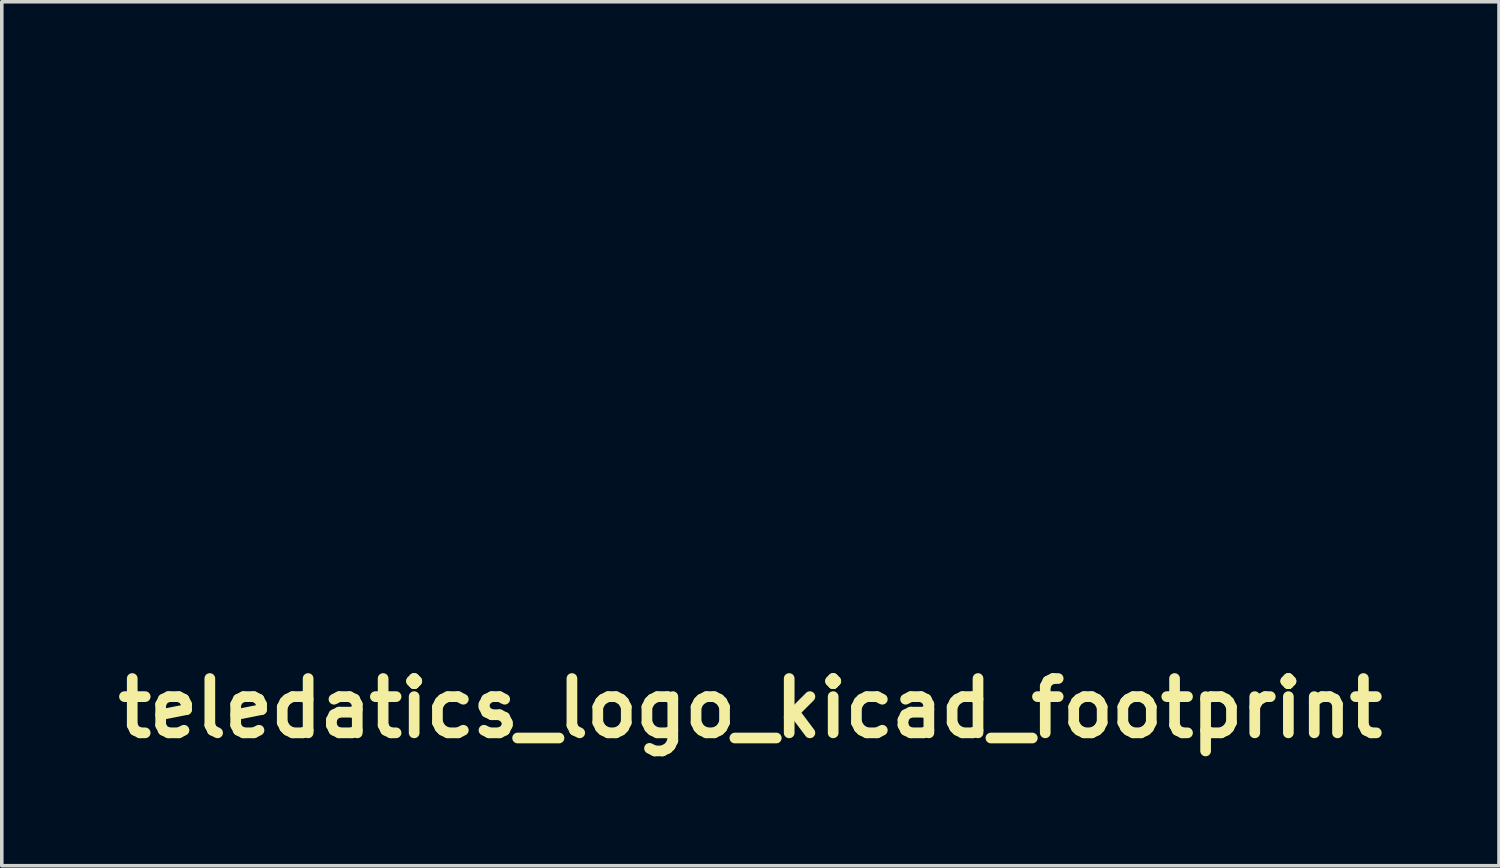
<source format=kicad_pcb>
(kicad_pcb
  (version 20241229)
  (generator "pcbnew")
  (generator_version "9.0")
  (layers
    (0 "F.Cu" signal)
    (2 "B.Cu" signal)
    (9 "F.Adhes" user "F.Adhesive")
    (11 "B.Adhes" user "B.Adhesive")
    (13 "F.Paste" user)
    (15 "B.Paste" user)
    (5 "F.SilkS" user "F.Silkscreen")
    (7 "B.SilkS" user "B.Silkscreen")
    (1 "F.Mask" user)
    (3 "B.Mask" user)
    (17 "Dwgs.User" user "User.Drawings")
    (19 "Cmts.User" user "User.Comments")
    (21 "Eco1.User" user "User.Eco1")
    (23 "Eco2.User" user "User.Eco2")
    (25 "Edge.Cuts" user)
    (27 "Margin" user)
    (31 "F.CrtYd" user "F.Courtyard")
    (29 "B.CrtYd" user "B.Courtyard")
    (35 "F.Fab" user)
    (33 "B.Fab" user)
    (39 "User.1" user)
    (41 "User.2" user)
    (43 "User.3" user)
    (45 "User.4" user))
  (footprint "teledatics_logo_kicad_footprint"
    (layer "F.Cu")
    (at 18.005 16.823)
    (property "Reference" "teledatics_logo_kicad_footprint" (at 0 0 0) (layer "F.SilkS") (effects (font (size 1.524 1.524) (thickness 0.3))))
    (attr board_only exclude_from_pos_files exclude_from_bom)
    (fp_poly (pts (xy -7.215 -13.583) (xy -7.473 -13.583) (xy -7.473 -15.571) (xy -7.215 -15.571)) (stroke (width 0) (type solid)) (fill yes) (layer "F.Mask"))
    (fp_poly (pts (xy 1.491 -15.074) (xy 1.511 -13.583) (xy 1.252 -13.583) (xy 1.252 -15.097)) (stroke (width 0) (type solid)) (fill yes) (layer "F.Mask"))
    (fp_poly (pts (xy -9.277 -15.35) (xy -10.27 -15.35) (xy -10.27 -13.583) (xy -10.491 -13.583) (xy -10.491 -15.35) (xy -11.485 -15.35) (xy -11.485 -15.571) (xy -9.277 -15.571)) (stroke (width 0) (type solid)) (fill yes) (layer "F.Mask"))
    (fp_poly (pts (xy 1.47 -15.566) (xy 1.503 -15.538) (xy 1.504 -15.466) (xy 1.502 -15.452) (xy 1.485 -15.367) (xy 1.437 -15.331) (xy 1.371 -15.32) (xy 1.292 -15.318) (xy 1.259 -15.346) (xy 1.252 -15.424) (xy 1.252 -15.44) (xy 1.257 -15.527) (xy 1.288 -15.564) (xy 1.367 -15.571) (xy 1.383 -15.571)) (stroke (width 0) (type solid)) (fill yes) (layer "F.Mask"))
    (fp_poly (pts (xy 8.011 -16.822) (xy 8.262 -16.821) (xy 8.458 -16.817) (xy 8.607 -16.811) (xy 8.716 -16.802) (xy 8.789 -16.789) (xy 8.835 -16.771) (xy 8.86 -16.748) (xy 8.87 -16.719) (xy 8.872 -16.683) (xy 8.872 -16.657) (xy 8.842 -16.624) (xy 8.757 -16.56) (xy 8.628 -16.47) (xy 8.462 -16.36) (xy 8.269 -16.238) (xy 8.172 -16.178) (xy 7.473 -15.748) (xy 7.473 -13.51) (xy 7.252 -13.51) (xy 7.252 -15.668) (xy 6.513 -16.141) (xy 6.277 -16.293) (xy 6.097 -16.411) (xy 5.966 -16.501) (xy 5.877 -16.569) (xy 5.861 -16.584) (xy 6.208 -16.584) (xy 6.739 -16.244) (xy 6.915 -16.132) (xy 7.07 -16.036) (xy 7.192 -15.961) (xy 7.272 -15.915) (xy 7.298 -15.903) (xy 7.336 -15.921) (xy 7.427 -15.972) (xy 7.559 -16.05) (xy 7.722 -16.147) (xy 7.879 -16.243) (xy 8.433 -16.584) (xy 7.879 -16.594) (xy 7.62 -16.597) (xy 7.324 -16.598) (xy 7.027 -16.597) (xy 6.767 -16.594) (xy 6.208 -16.584) (xy 5.861 -16.584) (xy 5.823 -16.618) (xy 5.797 -16.655) (xy 5.793 -16.685) (xy 5.795 -16.691) (xy 5.812 -16.765) (xy 5.816 -16.795) (xy 5.851 -16.801) (xy 5.953 -16.807) (xy 6.113 -16.812) (xy 6.323 -16.816) (xy 6.576 -16.819) (xy 6.864 -16.822) (xy 7.179 -16.823) (xy 7.322 -16.823) (xy 7.7 -16.823)) (stroke (width 0) (type solid)) (fill yes) (layer "F.Mask"))
    (fp_poly (pts (xy -0.195 -15.494) (xy -0.162 -15.472) (xy -0.149 -15.413) (xy -0.147 -15.298) (xy -0.147 -15.295) (xy -0.147 -15.093) (xy 0.815 -15.093) (xy 0.803 -14.992) (xy 0.791 -14.89) (xy 0.318 -14.88) (xy -0.155 -14.87) (xy -0.142 -14.398) (xy -0.132 -14.168) (xy -0.117 -14.005) (xy -0.097 -13.903) (xy -0.078 -13.865) (xy -0.03 -13.831) (xy 0.056 -13.812) (xy 0.194 -13.805) (xy 0.242 -13.804) (xy 0.385 -13.807) (xy 0.475 -13.818) (xy 0.529 -13.843) (xy 0.568 -13.886) (xy 0.568 -13.886) (xy 0.607 -13.978) (xy 0.626 -14.095) (xy 0.626 -14.107) (xy 0.631 -14.198) (xy 0.657 -14.237) (xy 0.724 -14.246) (xy 0.741 -14.246) (xy 0.857 -14.246) (xy 0.833 -14.074) (xy 0.781 -13.869) (xy 0.688 -13.721) (xy 0.558 -13.634) (xy 0.55 -13.632) (xy 0.389 -13.596) (xy 0.203 -13.586) (xy 0.022 -13.6) (xy -0.125 -13.638) (xy -0.147 -13.648) (xy -0.229 -13.697) (xy -0.288 -13.757) (xy -0.328 -13.84) (xy -0.352 -13.958) (xy -0.364 -14.124) (xy -0.368 -14.349) (xy -0.368 -14.382) (xy -0.368 -14.868) (xy -0.525 -14.879) (xy -0.624 -14.892) (xy -0.673 -14.92) (xy -0.691 -14.979) (xy -0.693 -14.992) (xy -0.695 -15.053) (xy -0.671 -15.083) (xy -0.602 -15.092) (xy -0.536 -15.093) (xy -0.368 -15.093) (xy -0.368 -15.295) (xy -0.366 -15.411) (xy -0.354 -15.471) (xy -0.322 -15.494) (xy -0.259 -15.498) (xy -0.258 -15.498)) (stroke (width 0) (type solid)) (fill yes) (layer "F.Mask"))
    (fp_poly (pts (xy -3.019 -13.583) (xy -3.147 -13.583) (xy -3.234 -13.59) (xy -3.27 -13.621) (xy -3.276 -13.681) (xy -3.28 -13.749) (xy -3.305 -13.751) (xy -3.347 -13.715) (xy -3.481 -13.635) (xy -3.665 -13.58) (xy -3.883 -13.552) (xy -4.114 -13.554) (xy -4.341 -13.587) (xy -4.391 -13.599) (xy -4.568 -13.669) (xy -4.695 -13.774) (xy -4.779 -13.924) (xy -4.823 -14.126) (xy -4.831 -14.309) (xy -4.601 -14.309) (xy -4.586 -14.123) (xy -4.545 -13.961) (xy -4.471 -13.856) (xy -4.351 -13.793) (xy -4.232 -13.767) (xy -4.05 -13.749) (xy -3.858 -13.747) (xy -3.677 -13.76) (xy -3.528 -13.787) (xy -3.437 -13.823) (xy -3.356 -13.9) (xy -3.311 -13.974) (xy -3.288 -14.086) (xy -3.278 -14.243) (xy -3.281 -14.415) (xy -3.296 -14.574) (xy -3.324 -14.693) (xy -3.327 -14.701) (xy -3.378 -14.788) (xy -3.452 -14.849) (xy -3.562 -14.886) (xy -3.72 -14.903) (xy -3.935 -14.904) (xy -3.991 -14.903) (xy -4.167 -14.896) (xy -4.286 -14.886) (xy -4.364 -14.87) (xy -4.419 -14.843) (xy -4.467 -14.803) (xy -4.474 -14.795) (xy -4.545 -14.679) (xy -4.589 -14.512) (xy -4.601 -14.309) (xy -4.831 -14.309) (xy -4.832 -14.343) (xy -4.815 -14.594) (xy -4.763 -14.786) (xy -4.671 -14.927) (xy -4.532 -15.025) (xy -4.341 -15.089) (xy -4.317 -15.095) (xy -4.144 -15.117) (xy -3.946 -15.123) (xy -3.745 -15.114) (xy -3.564 -15.091) (xy -3.425 -15.055) (xy -3.394 -15.041) (xy -3.276 -14.98) (xy -3.276 -15.571) (xy -3.019 -15.571)) (stroke (width 0) (type solid)) (fill yes) (layer "F.Mask"))
    (fp_poly (pts (xy 3.026 -15.105) (xy 3.216 -15.075) (xy 3.337 -15.038) (xy 3.475 -14.941) (xy 3.568 -14.789) (xy 3.591 -14.715) (xy 3.601 -14.648) (xy 3.577 -14.62) (xy 3.499 -14.614) (xy 3.483 -14.614) (xy 3.391 -14.623) (xy 3.354 -14.654) (xy 3.35 -14.682) (xy 3.324 -14.757) (xy 3.274 -14.819) (xy 3.195 -14.856) (xy 3.063 -14.884) (xy 2.897 -14.901) (xy 2.717 -14.908) (xy 2.543 -14.901) (xy 2.395 -14.881) (xy 2.362 -14.874) (xy 2.247 -14.825) (xy 2.168 -14.745) (xy 2.121 -14.624) (xy 2.103 -14.451) (xy 2.106 -14.25) (xy 2.117 -14.094) (xy 2.132 -13.993) (xy 2.156 -13.927) (xy 2.197 -13.877) (xy 2.218 -13.858) (xy 2.334 -13.796) (xy 2.505 -13.755) (xy 2.712 -13.737) (xy 2.941 -13.745) (xy 2.986 -13.75) (xy 3.173 -13.79) (xy 3.293 -13.858) (xy 3.347 -13.955) (xy 3.35 -13.988) (xy 3.364 -14.039) (xy 3.419 -14.059) (xy 3.482 -14.062) (xy 3.568 -14.058) (xy 3.599 -14.032) (xy 3.593 -13.965) (xy 3.588 -13.942) (xy 3.519 -13.784) (xy 3.392 -13.664) (xy 3.215 -13.59) (xy 3.196 -13.585) (xy 3.009 -13.56) (xy 2.788 -13.551) (xy 2.562 -13.557) (xy 2.361 -13.58) (xy 2.273 -13.599) (xy 2.117 -13.656) (xy 2.004 -13.739) (xy 1.929 -13.859) (xy 1.885 -14.024) (xy 1.867 -14.246) (xy 1.866 -14.364) (xy 1.878 -14.584) (xy 1.914 -14.748) (xy 1.98 -14.873) (xy 2.082 -14.976) (xy 2.1 -14.989) (xy 2.218 -15.045) (xy 2.388 -15.085) (xy 2.593 -15.109) (xy 2.811 -15.116)) (stroke (width 0) (type solid)) (fill yes) (layer "F.Mask"))
    (fp_poly (pts (xy -8.557 -15.108) (xy -8.425 -15.097) (xy -8.326 -15.076) (xy -8.24 -15.041) (xy -8.227 -15.034) (xy -8.06 -14.91) (xy -7.951 -14.739) (xy -7.9 -14.547) (xy -7.887 -14.448) (xy -7.884 -14.374) (xy -7.898 -14.32) (xy -7.939 -14.284) (xy -8.015 -14.262) (xy -8.136 -14.251) (xy -8.31 -14.247) (xy -8.545 -14.246) (xy -8.655 -14.246) (xy -8.91 -14.246) (xy -9.099 -14.245) (xy -9.233 -14.238) (xy -9.318 -14.225) (xy -9.365 -14.201) (xy -9.381 -14.164) (xy -9.374 -14.111) (xy -9.355 -14.039) (xy -9.348 -14.016) (xy -9.307 -13.909) (xy -9.245 -13.835) (xy -9.15 -13.787) (xy -9.009 -13.76) (xy -8.812 -13.75) (xy -8.724 -13.749) (xy -8.534 -13.752) (xy -8.402 -13.761) (xy -8.311 -13.779) (xy -8.245 -13.808) (xy -8.235 -13.814) (xy -8.166 -13.875) (xy -8.135 -13.932) (xy -8.135 -13.934) (xy -8.106 -13.974) (xy -8.015 -13.988) (xy -8.006 -13.988) (xy -7.921 -13.984) (xy -7.891 -13.959) (xy -7.899 -13.895) (xy -7.9 -13.887) (xy -7.944 -13.77) (xy -8.018 -13.683) (xy -8.13 -13.623) (xy -8.292 -13.585) (xy -8.512 -13.565) (xy -8.632 -13.56) (xy -8.812 -13.559) (xy -8.976 -13.563) (xy -9.104 -13.572) (xy -9.162 -13.581) (xy -9.353 -13.667) (xy -9.505 -13.811) (xy -9.549 -13.876) (xy -9.587 -13.963) (xy -9.609 -14.074) (xy -9.617 -14.231) (xy -9.617 -14.3) (xy -9.604 -14.505) (xy -9.387 -14.505) (xy -9.384 -14.478) (xy -9.368 -14.458) (xy -9.329 -14.445) (xy -9.256 -14.437) (xy -9.14 -14.432) (xy -8.97 -14.43) (xy -8.756 -14.43) (xy -8.126 -14.43) (xy -8.147 -14.562) (xy -8.189 -14.704) (xy -8.272 -14.799) (xy -8.383 -14.859) (xy -8.498 -14.888) (xy -8.658 -14.904) (xy -8.837 -14.907) (xy -9.008 -14.897) (xy -9.143 -14.874) (xy -9.165 -14.867) (xy -9.272 -14.794) (xy -9.351 -14.673) (xy -9.386 -14.528) (xy -9.387 -14.505) (xy -9.604 -14.505) (xy -9.601 -14.56) (xy -9.551 -14.762) (xy -9.461 -14.912) (xy -9.324 -15.015) (xy -9.134 -15.078) (xy -8.885 -15.107) (xy -8.743 -15.11)) (stroke (width 0) (type solid)) (fill yes) (layer "F.Mask"))
    (fp_poly (pts (xy -5.797 -15.108) (xy -5.664 -15.097) (xy -5.565 -15.076) (xy -5.48 -15.041) (xy -5.467 -15.034) (xy -5.3 -14.91) (xy -5.19 -14.739) (xy -5.14 -14.547) (xy -5.126 -14.448) (xy -5.123 -14.374) (xy -5.137 -14.32) (xy -5.178 -14.284) (xy -5.255 -14.262) (xy -5.375 -14.251) (xy -5.549 -14.247) (xy -5.784 -14.246) (xy -5.894 -14.246) (xy -6.149 -14.246) (xy -6.339 -14.245) (xy -6.472 -14.238) (xy -6.558 -14.225) (xy -6.604 -14.201) (xy -6.62 -14.164) (xy -6.613 -14.111) (xy -6.594 -14.039) (xy -6.587 -14.016) (xy -6.546 -13.909) (xy -6.484 -13.835) (xy -6.389 -13.787) (xy -6.248 -13.76) (xy -6.051 -13.75) (xy -5.964 -13.749) (xy -5.774 -13.752) (xy -5.641 -13.761) (xy -5.55 -13.779) (xy -5.484 -13.808) (xy -5.474 -13.814) (xy -5.405 -13.875) (xy -5.375 -13.932) (xy -5.374 -13.934) (xy -5.345 -13.974) (xy -5.254 -13.988) (xy -5.245 -13.988) (xy -5.16 -13.984) (xy -5.13 -13.959) (xy -5.138 -13.895) (xy -5.14 -13.887) (xy -5.183 -13.77) (xy -5.257 -13.683) (xy -5.369 -13.623) (xy -5.531 -13.585) (xy -5.752 -13.565) (xy -5.871 -13.56) (xy -6.051 -13.559) (xy -6.215 -13.563) (xy -6.343 -13.572) (xy -6.401 -13.581) (xy -6.592 -13.667) (xy -6.745 -13.811) (xy -6.788 -13.876) (xy -6.826 -13.963) (xy -6.848 -14.074) (xy -6.856 -14.231) (xy -6.856 -14.3) (xy -6.843 -14.505) (xy -6.626 -14.505) (xy -6.623 -14.478) (xy -6.607 -14.458) (xy -6.568 -14.445) (xy -6.496 -14.437) (xy -6.379 -14.432) (xy -6.209 -14.43) (xy -5.995 -14.43) (xy -5.365 -14.43) (xy -5.386 -14.562) (xy -5.428 -14.704) (xy -5.511 -14.799) (xy -5.622 -14.859) (xy -5.737 -14.888) (xy -5.897 -14.904) (xy -6.076 -14.907) (xy -6.247 -14.897) (xy -6.382 -14.874) (xy -6.404 -14.867) (xy -6.511 -14.794) (xy -6.59 -14.673) (xy -6.625 -14.528) (xy -6.626 -14.505) (xy -6.843 -14.505) (xy -6.84 -14.56) (xy -6.79 -14.762) (xy -6.7 -14.912) (xy -6.563 -15.015) (xy -6.373 -15.078) (xy -6.124 -15.107) (xy -5.982 -15.11)) (stroke (width 0) (type solid)) (fill yes) (layer "F.Mask"))
    (fp_poly (pts (xy -1.502 -15.111) (xy -1.291 -15.057) (xy -1.146 -14.97) (xy -1.073 -14.891) (xy -1.019 -14.797) (xy -0.981 -14.675) (xy -0.954 -14.513) (xy -0.937 -14.299) (xy -0.929 -14.108) (xy -0.91 -13.583) (xy -1.044 -13.583) (xy -1.133 -13.589) (xy -1.171 -13.618) (xy -1.178 -13.682) (xy -1.178 -13.78) (xy -1.264 -13.699) (xy -1.362 -13.631) (xy -1.476 -13.583) (xy -1.611 -13.56) (xy -1.792 -13.55) (xy -1.99 -13.554) (xy -2.179 -13.571) (xy -2.326 -13.598) (xy -2.473 -13.647) (xy -2.566 -13.707) (xy -2.625 -13.793) (xy -2.649 -13.857) (xy -2.663 -13.99) (xy -2.43 -13.99) (xy -2.406 -13.886) (xy -2.329 -13.815) (xy -2.191 -13.769) (xy -2.159 -13.763) (xy -2.024 -13.749) (xy -1.854 -13.746) (xy -1.674 -13.752) (xy -1.505 -13.767) (xy -1.371 -13.79) (xy -1.313 -13.808) (xy -1.219 -13.882) (xy -1.187 -13.979) (xy -1.221 -14.08) (xy -1.248 -14.111) (xy -1.287 -14.144) (xy -1.336 -14.167) (xy -1.409 -14.183) (xy -1.519 -14.193) (xy -1.681 -14.2) (xy -1.817 -14.204) (xy -2.044 -14.207) (xy -2.207 -14.201) (xy -2.318 -14.181) (xy -2.385 -14.146) (xy -2.418 -14.09) (xy -2.429 -14.012) (xy -2.43 -13.99) (xy -2.663 -13.99) (xy -2.665 -14.011) (xy -2.622 -14.168) (xy -2.53 -14.301) (xy -2.491 -14.335) (xy -2.442 -14.366) (xy -2.386 -14.387) (xy -2.307 -14.401) (xy -2.192 -14.408) (xy -2.027 -14.411) (xy -1.884 -14.412) (xy -1.64 -14.409) (xy -1.463 -14.399) (xy -1.346 -14.381) (xy -1.294 -14.363) (xy -1.225 -14.333) (xy -1.189 -14.333) (xy -1.175 -14.39) (xy -1.185 -14.491) (xy -1.213 -14.611) (xy -1.252 -14.724) (xy -1.297 -14.809) (xy -1.309 -14.823) (xy -1.355 -14.862) (xy -1.408 -14.887) (xy -1.485 -14.901) (xy -1.603 -14.907) (xy -1.764 -14.909) (xy -1.99 -14.902) (xy -2.152 -14.882) (xy -2.259 -14.846) (xy -2.317 -14.791) (xy -2.331 -14.757) (xy -2.373 -14.703) (xy -2.463 -14.688) (xy -2.543 -14.697) (xy -2.574 -14.737) (xy -2.577 -14.782) (xy -2.542 -14.9) (xy -2.442 -14.996) (xy -2.28 -15.068) (xy -2.062 -15.113) (xy -1.792 -15.129) (xy -1.774 -15.129)) (stroke (width 0) (type solid)) (fill yes) (layer "F.Mask"))
    (fp_poly (pts (xy 5.146 -15.139) (xy 5.351 -15.112) (xy 5.5 -15.065) (xy 5.603 -14.992) (xy 5.667 -14.892) (xy 5.689 -14.826) (xy 5.7 -14.759) (xy 5.675 -14.731) (xy 5.598 -14.725) (xy 5.581 -14.725) (xy 5.485 -14.735) (xy 5.449 -14.77) (xy 5.448 -14.782) (xy 5.413 -14.85) (xy 5.307 -14.9) (xy 5.132 -14.93) (xy 4.889 -14.941) (xy 4.74 -14.939) (xy 4.55 -14.933) (xy 4.419 -14.924) (xy 4.335 -14.91) (xy 4.284 -14.89) (xy 4.252 -14.86) (xy 4.249 -14.856) (xy 4.2 -14.734) (xy 4.219 -14.608) (xy 4.246 -14.561) (xy 4.273 -14.535) (xy 4.318 -14.515) (xy 4.392 -14.501) (xy 4.506 -14.489) (xy 4.672 -14.48) (xy 4.89 -14.47) (xy 5.112 -14.462) (xy 5.273 -14.453) (xy 5.385 -14.443) (xy 5.46 -14.428) (xy 5.511 -14.408) (xy 5.551 -14.38) (xy 5.581 -14.351) (xy 5.657 -14.231) (xy 5.695 -14.078) (xy 5.69 -13.925) (xy 5.661 -13.843) (xy 5.599 -13.754) (xy 5.512 -13.688) (xy 5.39 -13.643) (xy 5.222 -13.615) (xy 4.995 -13.6) (xy 4.9 -13.597) (xy 4.712 -13.595) (xy 4.541 -13.598) (xy 4.406 -13.605) (xy 4.326 -13.615) (xy 4.325 -13.615) (xy 4.143 -13.685) (xy 4.028 -13.781) (xy 3.978 -13.906) (xy 3.976 -13.949) (xy 4.001 -14.011) (xy 4.064 -14.031) (xy 4.142 -14.011) (xy 4.215 -13.952) (xy 4.238 -13.92) (xy 4.285 -13.858) (xy 4.352 -13.815) (xy 4.452 -13.788) (xy 4.597 -13.773) (xy 4.8 -13.768) (xy 4.861 -13.768) (xy 5.106 -13.777) (xy 5.282 -13.807) (xy 5.39 -13.858) (xy 5.419 -13.889) (xy 5.439 -13.955) (xy 5.448 -14.051) (xy 5.439 -14.135) (xy 5.407 -14.196) (xy 5.342 -14.238) (xy 5.233 -14.265) (xy 5.073 -14.278) (xy 4.85 -14.283) (xy 4.795 -14.283) (xy 4.526 -14.288) (xy 4.321 -14.305) (xy 4.173 -14.338) (xy 4.073 -14.394) (xy 4.013 -14.475) (xy 3.983 -14.586) (xy 3.976 -14.719) (xy 3.982 -14.838) (xy 4.01 -14.916) (xy 4.073 -14.984) (xy 4.087 -14.996) (xy 4.174 -15.056) (xy 4.276 -15.099) (xy 4.407 -15.127) (xy 4.58 -15.142) (xy 4.81 -15.147) (xy 4.878 -15.147)) (stroke (width 0) (type solid)) (fill yes) (layer "F.Mask")))
  (gr_rect
    (start -3 -3)
    (end 39.01 21.241)
    (stroke (width 0.1) (type default))
    (fill no)
    (layer "Edge.Cuts")))
</source>
